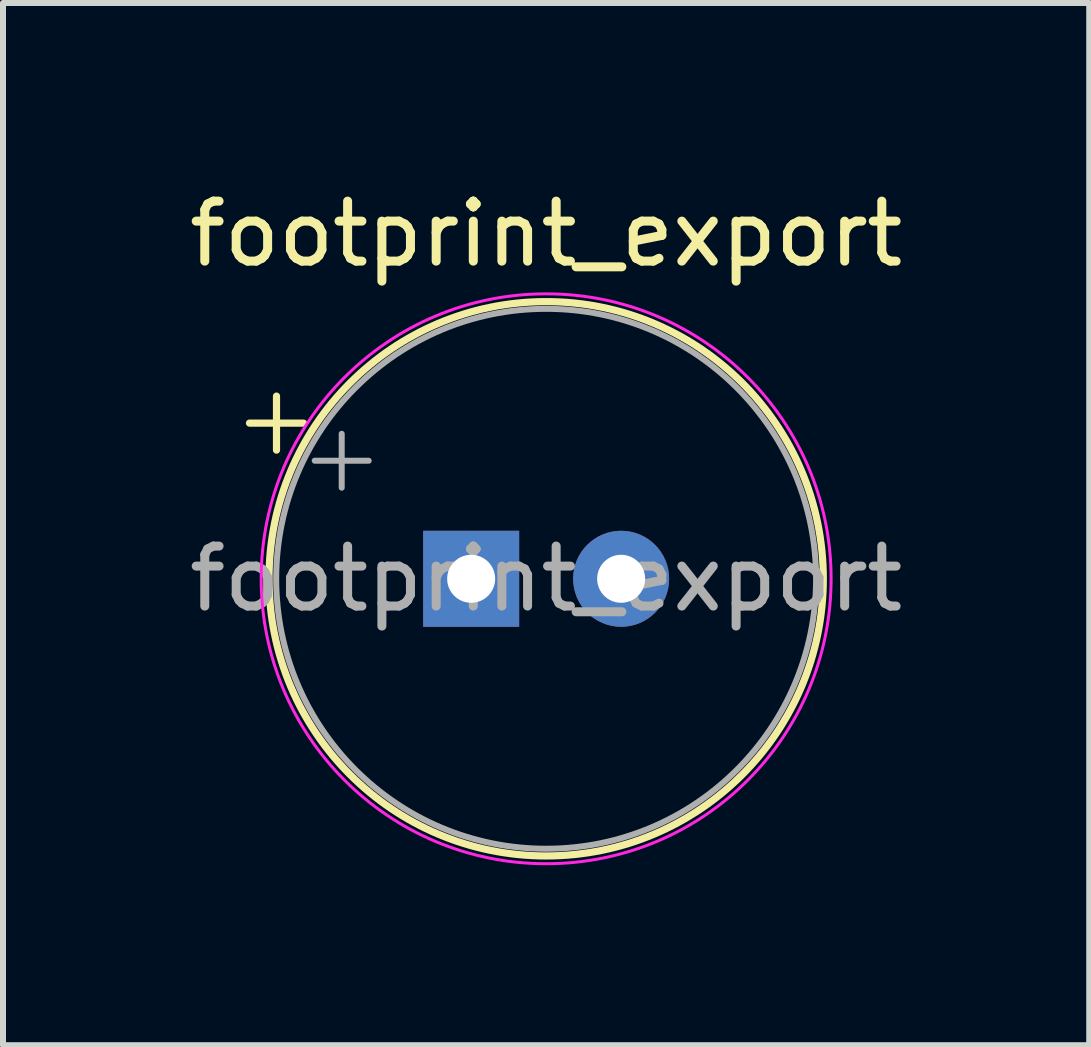
<source format=kicad_pcb>
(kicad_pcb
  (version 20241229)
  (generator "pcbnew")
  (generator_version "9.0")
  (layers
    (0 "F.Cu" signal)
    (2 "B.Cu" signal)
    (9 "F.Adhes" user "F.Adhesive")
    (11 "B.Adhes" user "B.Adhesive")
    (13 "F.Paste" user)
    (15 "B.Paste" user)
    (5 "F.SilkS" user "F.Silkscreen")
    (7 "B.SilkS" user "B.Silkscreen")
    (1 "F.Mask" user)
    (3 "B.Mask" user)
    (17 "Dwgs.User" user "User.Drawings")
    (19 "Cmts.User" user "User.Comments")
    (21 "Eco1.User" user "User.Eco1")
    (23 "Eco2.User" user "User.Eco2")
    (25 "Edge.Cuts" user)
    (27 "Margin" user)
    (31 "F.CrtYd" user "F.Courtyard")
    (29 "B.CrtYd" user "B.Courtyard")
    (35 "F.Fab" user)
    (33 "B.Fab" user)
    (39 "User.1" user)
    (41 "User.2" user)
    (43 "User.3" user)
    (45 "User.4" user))
  (footprint "footprint_export"
    (layer "F.Cu")
    (at 4.804 6.598)
    (property "Reference" "footprint_export" (at 1.25 -5.75 0) (layer "F.SilkS") (effects (font (size 1 1) (thickness 0.15))))
    (attr through_hole)
    (fp_line (start -3.695 -2.595) (end -2.795 -2.595) (stroke (width 0.12) (type solid)) (layer "F.SilkS"))
    (fp_line (start -3.245 -3.045) (end -3.245 -2.145) (stroke (width 0.12) (type solid)) (layer "F.SilkS"))
    (fp_circle (center 1.25 0) (end 5.87 0) (stroke (width 0.12) (type solid)) (fill no) (layer "F.SilkS"))
    (fp_circle (center 1.25 0) (end 6 0) (stroke (width 0.05) (type solid)) (fill no) (layer "F.CrtYd"))
    (fp_line (start -2.608 -1.968) (end -1.708 -1.968) (stroke (width 0.1) (type solid)) (layer "F.Fab"))
    (fp_line (start -2.158 -2.417) (end -2.158 -1.518) (stroke (width 0.1) (type solid)) (layer "F.Fab"))
    (fp_circle (center 1.25 0) (end 5.75 0) (stroke (width 0.1) (type solid)) (fill no) (layer "F.Fab"))
    (fp_text user "${REFERENCE}" (at 1.25 0 0) (layer "F.Fab") (effects (font (size 1 1) (thickness 0.15))))
    (pad "1" thru_hole rect (at 0 0) (size 1.6 1.6) (drill 0.8) (layers "*.Cu" "*.Mask"))
    (pad "2" thru_hole circle (at 2.5 0) (size 1.6 1.6) (drill 0.8) (layers "*.Cu" "*.Mask")))
  (gr_rect
    (start -3 -3)
    (end 15.107 14.373)
    (stroke (width 0.1) (type default))
    (fill no)
    (layer "Edge.Cuts")))
</source>
